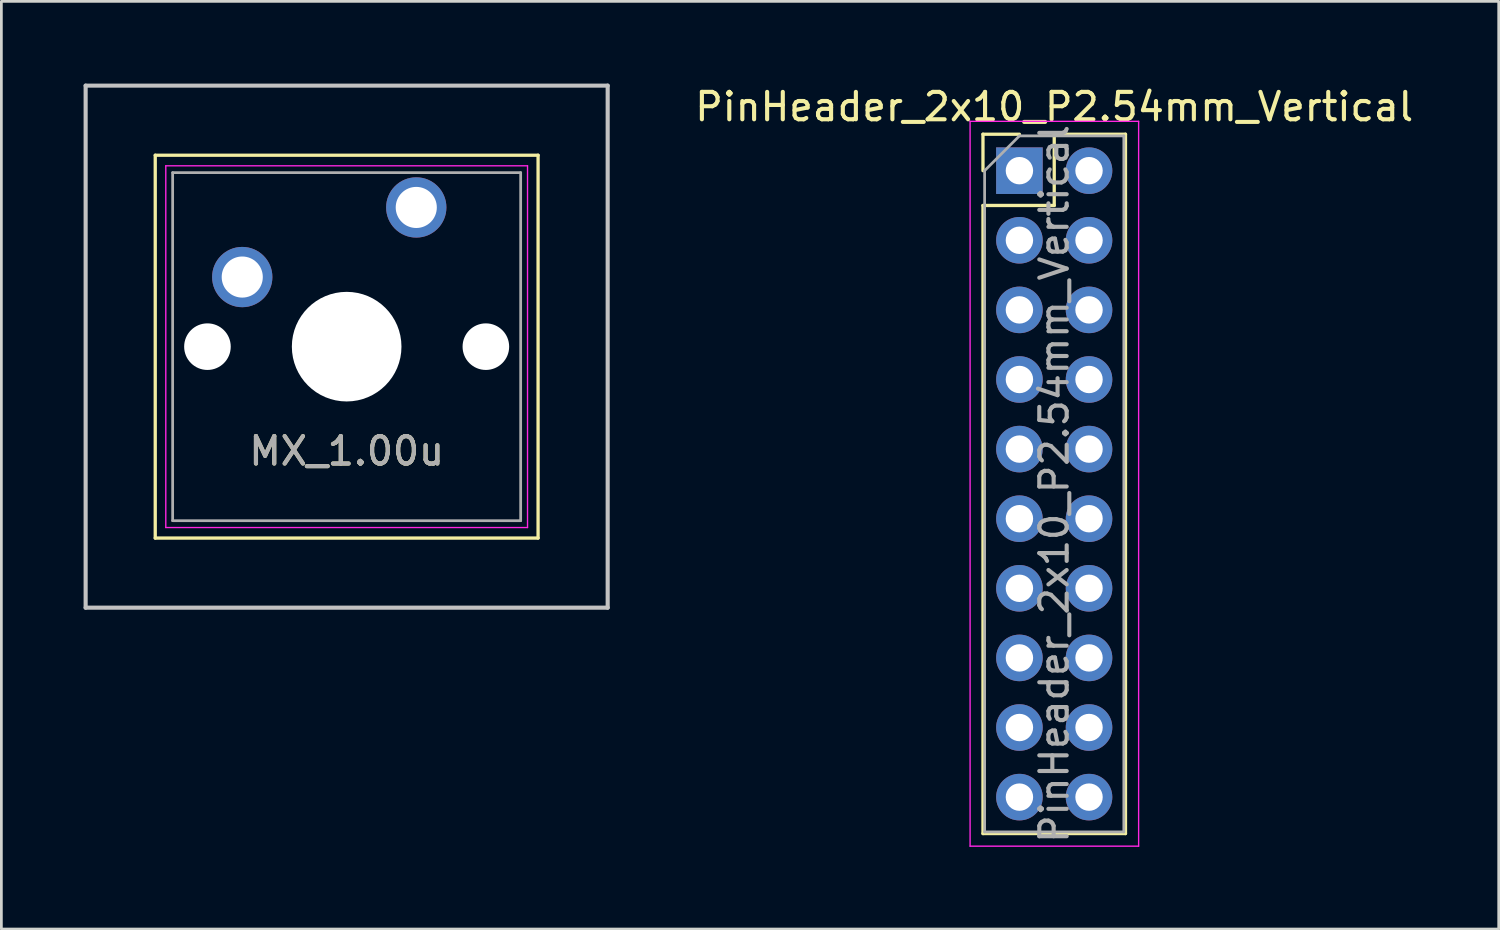
<source format=kicad_pcb>
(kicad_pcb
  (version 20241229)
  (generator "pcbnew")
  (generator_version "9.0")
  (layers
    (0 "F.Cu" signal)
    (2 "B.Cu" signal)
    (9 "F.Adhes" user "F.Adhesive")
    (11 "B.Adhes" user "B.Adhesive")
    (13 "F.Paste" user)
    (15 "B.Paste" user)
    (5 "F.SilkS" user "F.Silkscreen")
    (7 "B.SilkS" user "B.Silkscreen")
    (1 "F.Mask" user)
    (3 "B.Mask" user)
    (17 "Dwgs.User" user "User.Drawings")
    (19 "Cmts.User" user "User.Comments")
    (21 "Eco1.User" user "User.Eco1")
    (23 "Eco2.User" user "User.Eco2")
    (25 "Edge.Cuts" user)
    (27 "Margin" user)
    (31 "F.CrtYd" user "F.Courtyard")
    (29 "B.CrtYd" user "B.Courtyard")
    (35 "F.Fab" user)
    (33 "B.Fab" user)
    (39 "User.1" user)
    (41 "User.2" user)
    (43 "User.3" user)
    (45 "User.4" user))
  (footprint "PinHeader_2x10_P2.54mm_Vertical"
    (layer "F.Cu")
    (at 35.42 14.608)
    (property "Reference" "PinHeader_2x10_P2.54mm_Vertical" (at 0 -13.76 0) (layer "F.SilkS") (effects (font (size 1 1) (thickness 0.15))))
    (attr through_hole)
    (fp_line (start -2.6 -12.76) (end -1.27 -12.76) (stroke (width 0.12) (type solid)) (layer "F.SilkS"))
    (fp_line (start -2.6 -11.43) (end -2.6 -12.76) (stroke (width 0.12) (type solid)) (layer "F.SilkS"))
    (fp_line (start -2.6 -10.16) (end -2.6 12.76) (stroke (width 0.12) (type solid)) (layer "F.SilkS"))
    (fp_line (start -2.6 -10.16) (end 0 -10.16) (stroke (width 0.12) (type solid)) (layer "F.SilkS"))
    (fp_line (start -2.6 12.76) (end 2.6 12.76) (stroke (width 0.12) (type solid)) (layer "F.SilkS"))
    (fp_line (start 0 -12.76) (end 2.6 -12.76) (stroke (width 0.12) (type solid)) (layer "F.SilkS"))
    (fp_line (start 0 -10.16) (end 0 -12.76) (stroke (width 0.12) (type solid)) (layer "F.SilkS"))
    (fp_line (start 2.6 -12.76) (end 2.6 12.76) (stroke (width 0.12) (type solid)) (layer "F.SilkS"))
    (fp_line (start -3.07 -13.23) (end -3.07 13.22) (stroke (width 0.05) (type solid)) (layer "F.CrtYd"))
    (fp_line (start -3.07 13.22) (end 3.08 13.22) (stroke (width 0.05) (type solid)) (layer "F.CrtYd"))
    (fp_line (start 3.08 -13.23) (end -3.07 -13.23) (stroke (width 0.05) (type solid)) (layer "F.CrtYd"))
    (fp_line (start 3.08 13.22) (end 3.08 -13.23) (stroke (width 0.05) (type solid)) (layer "F.CrtYd"))
    (fp_line (start -2.54 -11.43) (end -1.27 -12.7) (stroke (width 0.1) (type solid)) (layer "F.Fab"))
    (fp_line (start -2.54 12.7) (end -2.54 -11.43) (stroke (width 0.1) (type solid)) (layer "F.Fab"))
    (fp_line (start -1.27 -12.7) (end 2.54 -12.7) (stroke (width 0.1) (type solid)) (layer "F.Fab"))
    (fp_line (start 2.54 -12.7) (end 2.54 12.7) (stroke (width 0.1) (type solid)) (layer "F.Fab"))
    (fp_line (start 2.54 12.7) (end -2.54 12.7) (stroke (width 0.1) (type solid)) (layer "F.Fab"))
    (fp_text user "${REFERENCE}" (at 0 0 90) (layer "F.Fab") (effects (font (size 1 1) (thickness 0.15))))
    (pad "1" thru_hole rect (at -1.27 -11.43) (size 1.7 1.7) (drill 1) (layers "*.Cu" "*.Mask"))
    (pad "2" thru_hole oval (at 1.27 -11.43) (size 1.7 1.7) (drill 1) (layers "*.Cu" "*.Mask"))
    (pad "3" thru_hole oval (at -1.27 -8.89) (size 1.7 1.7) (drill 1) (layers "*.Cu" "*.Mask"))
    (pad "4" thru_hole oval (at 1.27 -8.89) (size 1.7 1.7) (drill 1) (layers "*.Cu" "*.Mask"))
    (pad "5" thru_hole oval (at -1.27 -6.35) (size 1.7 1.7) (drill 1) (layers "*.Cu" "*.Mask"))
    (pad "6" thru_hole oval (at 1.27 -6.35) (size 1.7 1.7) (drill 1) (layers "*.Cu" "*.Mask"))
    (pad "7" thru_hole oval (at -1.27 -3.81) (size 1.7 1.7) (drill 1) (layers "*.Cu" "*.Mask"))
    (pad "8" thru_hole oval (at 1.27 -3.81) (size 1.7 1.7) (drill 1) (layers "*.Cu" "*.Mask"))
    (pad "9" thru_hole oval (at -1.27 -1.27) (size 1.7 1.7) (drill 1) (layers "*.Cu" "*.Mask"))
    (pad "10" thru_hole oval (at 1.27 -1.27) (size 1.7 1.7) (drill 1) (layers "*.Cu" "*.Mask"))
    (pad "11" thru_hole oval (at -1.27 1.27) (size 1.7 1.7) (drill 1) (layers "*.Cu" "*.Mask"))
    (pad "12" thru_hole oval (at 1.27 1.27) (size 1.7 1.7) (drill 1) (layers "*.Cu" "*.Mask"))
    (pad "13" thru_hole oval (at -1.27 3.81) (size 1.7 1.7) (drill 1) (layers "*.Cu" "*.Mask"))
    (pad "14" thru_hole oval (at 1.27 3.81) (size 1.7 1.7) (drill 1) (layers "*.Cu" "*.Mask"))
    (pad "15" thru_hole oval (at -1.27 6.35) (size 1.7 1.7) (drill 1) (layers "*.Cu" "*.Mask"))
    (pad "16" thru_hole oval (at 1.27 6.35) (size 1.7 1.7) (drill 1) (layers "*.Cu" "*.Mask"))
    (pad "17" thru_hole oval (at -1.27 8.89) (size 1.7 1.7) (drill 1) (layers "*.Cu" "*.Mask"))
    (pad "18" thru_hole oval (at 1.27 8.89) (size 1.7 1.7) (drill 1) (layers "*.Cu" "*.Mask"))
    (pad "19" thru_hole oval (at -1.27 11.43) (size 1.7 1.7) (drill 1) (layers "*.Cu" "*.Mask"))
    (pad "20" thru_hole oval (at 1.27 11.43) (size 1.7 1.7) (drill 1) (layers "*.Cu" "*.Mask")))
  (footprint "MX_1.00u"
    (layer "F.Cu")
    (at 9.6 9.6)
    (property "Reference" "MX_1.00u" (at 0 3.81 0) (layer "F.SilkS") (effects (font (size 1 1) (thickness 0.15))))
    (attr through_hole)
    (fp_line (start -6.985 -6.985) (end 6.985 -6.985) (stroke (width 0.12) (type solid)) (layer "F.SilkS"))
    (fp_line (start -6.985 6.985) (end -6.985 -6.985) (stroke (width 0.12) (type solid)) (layer "F.SilkS"))
    (fp_line (start 6.985 -6.985) (end 6.985 6.985) (stroke (width 0.12) (type solid)) (layer "F.SilkS"))
    (fp_line (start 6.985 6.985) (end -6.985 6.985) (stroke (width 0.12) (type solid)) (layer "F.SilkS"))
    (fp_line (start -9.525 -9.525) (end 9.525 -9.525) (stroke (width 0.15) (type solid)) (layer "Dwgs.User"))
    (fp_line (start -9.525 9.525) (end -9.525 -9.525) (stroke (width 0.15) (type solid)) (layer "Dwgs.User"))
    (fp_line (start 9.525 -9.525) (end 9.525 9.525) (stroke (width 0.15) (type solid)) (layer "Dwgs.User"))
    (fp_line (start 9.525 9.525) (end -9.525 9.525) (stroke (width 0.15) (type solid)) (layer "Dwgs.User"))
    (fp_line (start -6.6 -6.6) (end 6.6 -6.6) (stroke (width 0.05) (type solid)) (layer "F.CrtYd"))
    (fp_line (start -6.6 6.6) (end -6.6 -6.6) (stroke (width 0.05) (type solid)) (layer "F.CrtYd"))
    (fp_line (start 6.6 -6.6) (end 6.6 6.6) (stroke (width 0.05) (type solid)) (layer "F.CrtYd"))
    (fp_line (start 6.6 6.6) (end -6.6 6.6) (stroke (width 0.05) (type solid)) (layer "F.CrtYd"))
    (fp_line (start -6.35 -6.35) (end 6.35 -6.35) (stroke (width 0.1) (type solid)) (layer "F.Fab"))
    (fp_line (start -6.35 6.35) (end -6.35 -6.35) (stroke (width 0.1) (type solid)) (layer "F.Fab"))
    (fp_line (start 6.35 -6.35) (end 6.35 6.35) (stroke (width 0.1) (type solid)) (layer "F.Fab"))
    (fp_line (start 6.35 6.35) (end -6.35 6.35) (stroke (width 0.1) (type solid)) (layer "F.Fab"))
    (fp_text user "${REFERENCE}" (at 0 3.81 0) (layer "F.Fab") (effects (font (size 1 1) (thickness 0.15))))
    (pad "" np_thru_hole circle (at -5.08 0) (size 1.7 1.7) (drill 1.7) (layers "*.Cu" "*.Mask"))
    (pad "" np_thru_hole circle (at 0 0) (size 4 4) (drill 4) (layers "*.Cu" "*.Mask"))
    (pad "" np_thru_hole circle (at 5.08 0) (size 1.7 1.7) (drill 1.7) (layers "*.Cu" "*.Mask"))
    (pad "1" thru_hole circle (at 2.54 -5.08) (size 2.2 2.2) (drill 1.5) (layers "*.Cu" "*.Mask"))
    (pad "2" thru_hole circle (at -3.81 -2.54) (size 2.2 2.2) (drill 1.5) (layers "*.Cu" "*.Mask")))
  (gr_rect
    (start -3 -3)
    (end 51.64 30.853)
    (stroke (width 0.1) (type default))
    (fill no)
    (layer "Edge.Cuts")))
</source>
